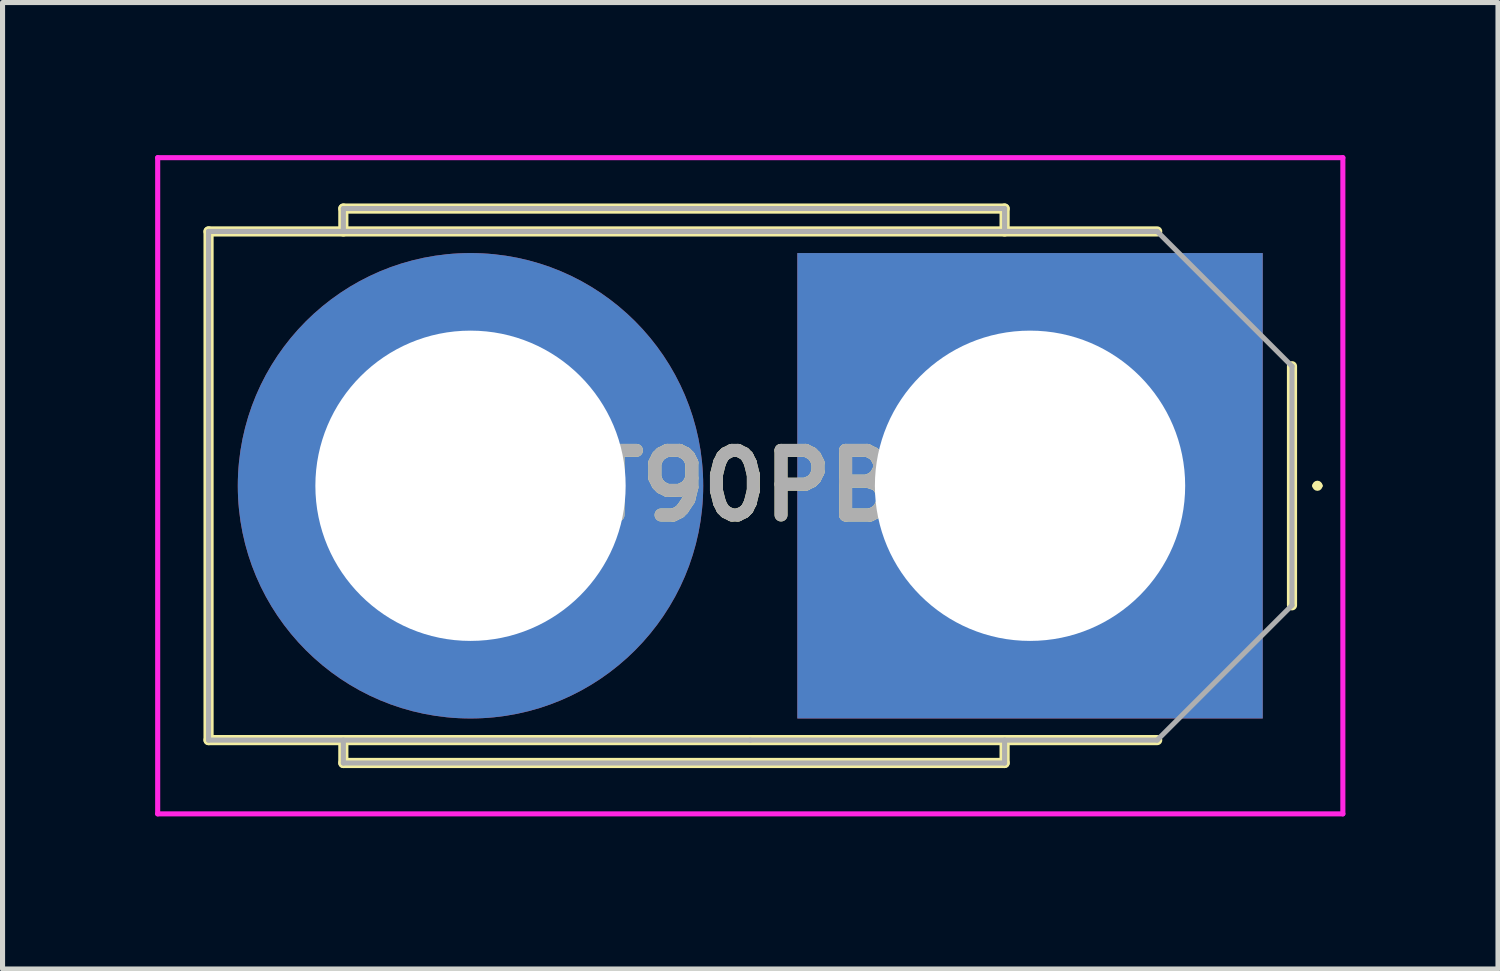
<source format=kicad_pcb>
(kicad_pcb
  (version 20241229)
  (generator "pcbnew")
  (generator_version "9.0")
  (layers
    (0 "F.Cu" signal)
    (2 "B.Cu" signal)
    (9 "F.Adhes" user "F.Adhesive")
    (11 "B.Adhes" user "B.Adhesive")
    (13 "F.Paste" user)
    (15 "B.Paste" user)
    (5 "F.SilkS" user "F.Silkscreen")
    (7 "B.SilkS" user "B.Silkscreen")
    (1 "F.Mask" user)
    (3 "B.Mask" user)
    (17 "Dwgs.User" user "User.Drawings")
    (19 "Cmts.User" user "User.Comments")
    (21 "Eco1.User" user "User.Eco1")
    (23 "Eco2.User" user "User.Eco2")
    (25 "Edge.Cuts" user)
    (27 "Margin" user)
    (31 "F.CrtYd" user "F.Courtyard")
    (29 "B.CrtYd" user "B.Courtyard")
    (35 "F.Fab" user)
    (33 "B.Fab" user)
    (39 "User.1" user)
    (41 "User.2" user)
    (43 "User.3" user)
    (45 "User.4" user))
  (footprint "XT90PBM"
    (layer "F.Cu")
    (at 17.2 6.5)
    (property "Reference" "XT90PBM" (at -5.5 0 0) (layer "F.SilkS") (effects (font (size 1.27 1.27) (thickness 0.254))))
    (fp_line (start -16.15 -5) (end 2.5 -5) (stroke (width 0.2) (type solid)) (layer "F.SilkS"))
    (fp_line (start -16.15 5) (end -16.15 -5) (stroke (width 0.2) (type solid)) (layer "F.SilkS"))
    (fp_line (start -13.5 -5.45) (end -13.5 -5) (stroke (width 0.2) (type solid)) (layer "F.SilkS"))
    (fp_line (start -13.5 5) (end -13.5 5.45) (stroke (width 0.2) (type solid)) (layer "F.SilkS"))
    (fp_line (start -13.5 5.45) (end -0.5 5.45) (stroke (width 0.2) (type solid)) (layer "F.SilkS"))
    (fp_line (start -0.5 -5.45) (end -13.5 -5.45) (stroke (width 0.2) (type solid)) (layer "F.SilkS"))
    (fp_line (start -0.5 -5) (end -0.5 -5.45) (stroke (width 0.2) (type solid)) (layer "F.SilkS"))
    (fp_line (start -0.5 5.45) (end -0.5 5) (stroke (width 0.2) (type solid)) (layer "F.SilkS"))
    (fp_line (start 2.5 5) (end -16.15 5) (stroke (width 0.2) (type solid)) (layer "F.SilkS"))
    (fp_line (start 5.15 -2.35) (end 5.15 2.35) (stroke (width 0.2) (type solid)) (layer "F.SilkS"))
    (fp_line (start 5.6 0) (end 5.6 0) (stroke (width 0.1) (type solid)) (layer "F.SilkS"))
    (fp_line (start 5.7 0) (end 5.7 0) (stroke (width 0.1) (type solid)) (layer "F.SilkS"))
    (fp_arc (start 5.6 0) (mid 5.65 -0.05) (end 5.7 0) (stroke (width 0.1) (type solid)) (layer "F.SilkS"))
    (fp_arc (start 5.7 0) (mid 5.65 0.05) (end 5.6 0) (stroke (width 0.1) (type solid)) (layer "F.SilkS"))
    (fp_line (start -17.15 -6.45) (end 6.15 -6.45) (stroke (width 0.1) (type solid)) (layer "F.CrtYd"))
    (fp_line (start -17.15 6.45) (end -17.15 -6.45) (stroke (width 0.1) (type solid)) (layer "F.CrtYd"))
    (fp_line (start 6.15 -6.45) (end 6.15 6.45) (stroke (width 0.1) (type solid)) (layer "F.CrtYd"))
    (fp_line (start 6.15 6.45) (end -17.15 6.45) (stroke (width 0.1) (type solid)) (layer "F.CrtYd"))
    (fp_line (start -16.15 -5) (end -16.15 5) (stroke (width 0.1) (type solid)) (layer "F.Fab"))
    (fp_line (start -16.15 5) (end -5.5 5) (stroke (width 0.1) (type solid)) (layer "F.Fab"))
    (fp_line (start -13.5 -5.45) (end -0.5 -5.45) (stroke (width 0.1) (type solid)) (layer "F.Fab"))
    (fp_line (start -13.5 -5) (end -13.5 -5.45) (stroke (width 0.1) (type solid)) (layer "F.Fab"))
    (fp_line (start -13.5 5) (end -13.5 5.45) (stroke (width 0.1) (type solid)) (layer "F.Fab"))
    (fp_line (start -13.5 5.45) (end -0.5 5.45) (stroke (width 0.1) (type solid)) (layer "F.Fab"))
    (fp_line (start -5.5 5) (end 2.5 5) (stroke (width 0.1) (type solid)) (layer "F.Fab"))
    (fp_line (start -0.5 -5.45) (end -0.5 -5) (stroke (width 0.1) (type solid)) (layer "F.Fab"))
    (fp_line (start -0.5 5.45) (end -0.5 5) (stroke (width 0.1) (type solid)) (layer "F.Fab"))
    (fp_line (start 2.5 -5) (end -16.15 -5) (stroke (width 0.1) (type solid)) (layer "F.Fab"))
    (fp_line (start 2.5 5) (end 5.15 2.35) (stroke (width 0.1) (type solid)) (layer "F.Fab"))
    (fp_line (start 5.15 -2.35) (end 2.5 -5) (stroke (width 0.1) (type solid)) (layer "F.Fab"))
    (fp_line (start 5.15 2.35) (end 5.15 -2.35) (stroke (width 0.1) (type solid)) (layer "F.Fab"))
    (fp_text user "${REFERENCE}" (at -5.5 0 0) (layer "F.Fab") (effects (font (size 1.27 1.27) (thickness 0.254))))
    (pad "1" thru_hole rect (at 0 0) (size 9.15 9.15) (drill 6.1) (layers "*.Cu" "*.Mask"))
    (pad "2" thru_hole circle (at -11 0) (size 9.15 9.15) (drill 6.1) (layers "*.Cu" "*.Mask")))
  (gr_rect
    (start -3 -3)
    (end 26.4 16)
    (stroke (width 0.1) (type default))
    (fill no)
    (layer "Edge.Cuts")))
</source>
